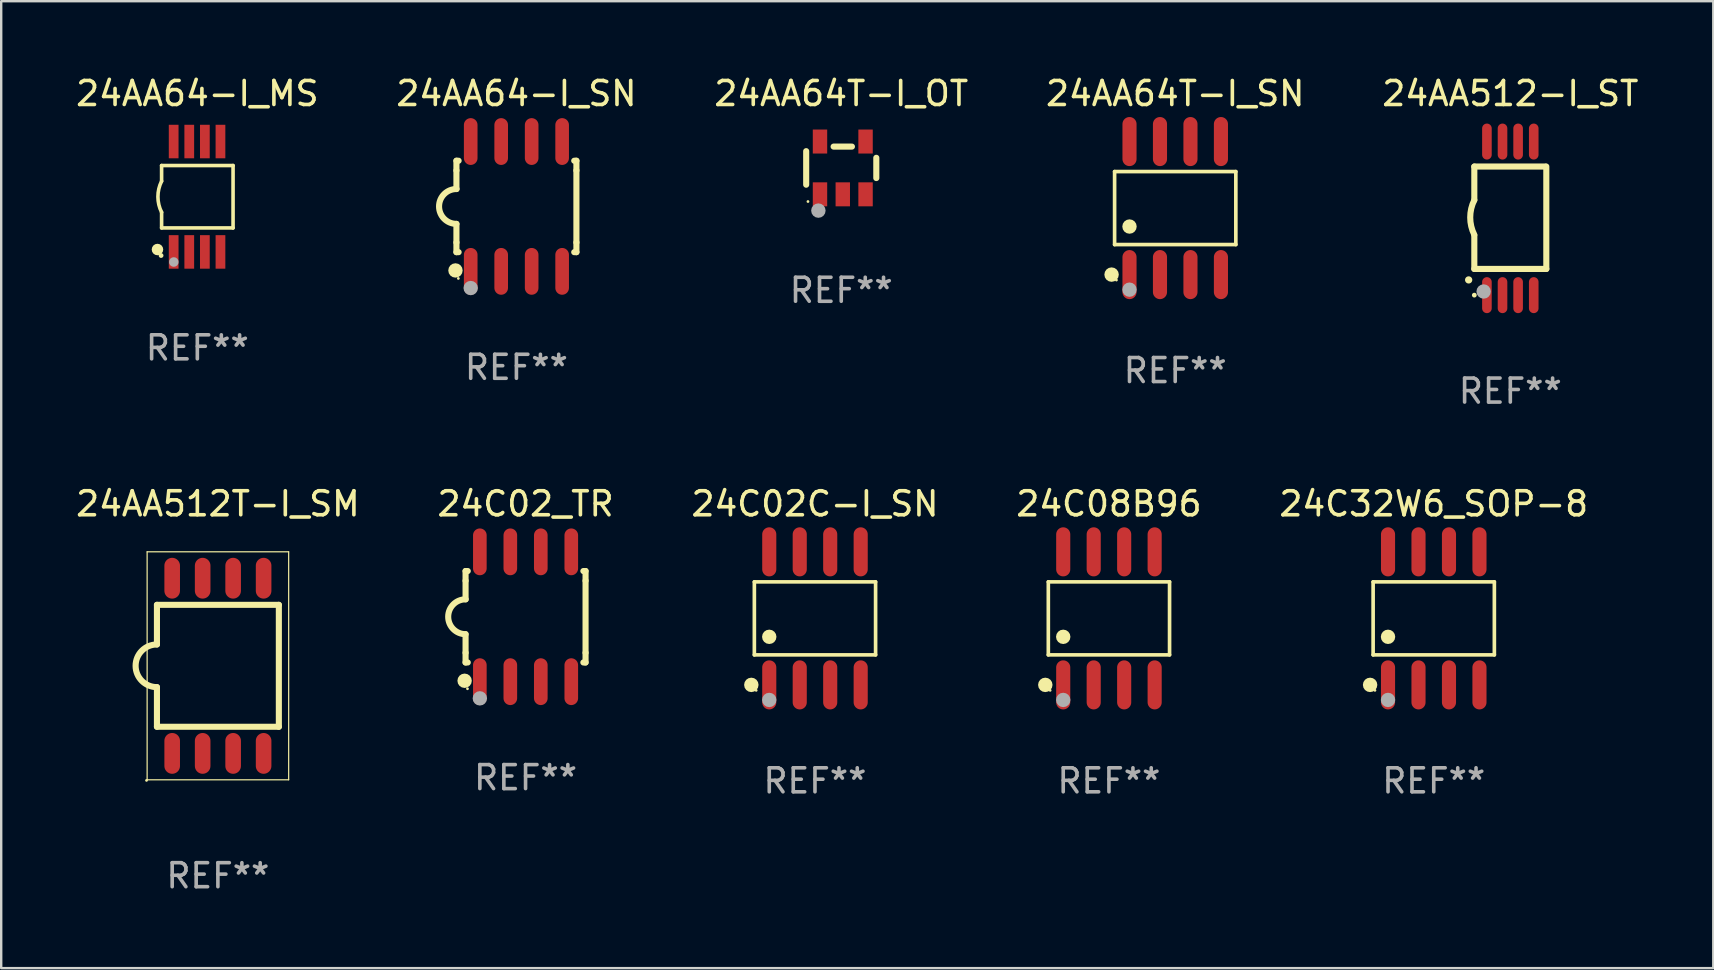
<source format=kicad_pcb>
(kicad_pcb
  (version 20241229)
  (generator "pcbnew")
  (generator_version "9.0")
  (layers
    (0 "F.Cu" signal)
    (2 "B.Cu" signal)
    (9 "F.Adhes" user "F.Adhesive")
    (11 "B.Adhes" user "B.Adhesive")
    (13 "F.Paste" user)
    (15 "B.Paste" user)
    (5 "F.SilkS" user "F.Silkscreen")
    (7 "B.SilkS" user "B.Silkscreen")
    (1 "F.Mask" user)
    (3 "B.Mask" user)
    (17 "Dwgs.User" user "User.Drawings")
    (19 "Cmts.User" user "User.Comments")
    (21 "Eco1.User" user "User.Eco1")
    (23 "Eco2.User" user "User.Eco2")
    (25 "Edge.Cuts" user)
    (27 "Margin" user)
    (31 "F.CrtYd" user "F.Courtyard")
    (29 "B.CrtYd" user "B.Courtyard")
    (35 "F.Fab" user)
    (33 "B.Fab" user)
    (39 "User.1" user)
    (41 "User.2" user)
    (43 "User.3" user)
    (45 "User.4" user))
  (footprint "24AA64T-I_SN"
    (layer "F.Cu")
    (at 45.923 5.621)
    (property "Reference" "24AA64T-I_SN" (at 0 -4.772 0) (layer "F.SilkS") (effects (font (size 1 1) (thickness 0.15))))
    (attr through_hole)
    (fp_line (start -2.526 -1.521) (end 2.526 -1.521) (stroke (width 0.152) (type solid)) (layer "F.SilkS"))
    (fp_line (start -2.526 1.521) (end -2.526 -1.521) (stroke (width 0.152) (type solid)) (layer "F.SilkS"))
    (fp_line (start 2.526 -1.521) (end 2.526 1.521) (stroke (width 0.152) (type solid)) (layer "F.SilkS"))
    (fp_line (start 2.526 1.521) (end -2.526 1.521) (stroke (width 0.152) (type solid)) (layer "F.SilkS"))
    (fp_circle (center -2.652 2.772) (end -2.501 2.772) (stroke (width 0.3) (type solid)) (fill no) (layer "F.SilkS"))
    (fp_circle (center -2.45 3) (end -2.42 3) (stroke (width 0.06) (type solid)) (fill no) (layer "F.SilkS"))
    (fp_circle (center -1.905 0.769) (end -1.755 0.769) (stroke (width 0.3) (type solid)) (fill no) (layer "F.SilkS"))
    (fp_circle (center -1.905 3.4) (end -1.755 3.4) (stroke (width 0.3) (type solid)) (fill no) (layer "F.Fab"))
    (fp_text user "REF**" (at 0 6.772 0) (layer "F.Fab") (effects (font (size 1 1) (thickness 0.15))))
    (pad "1" smd oval (at -1.905 2.772) (size 0.588 2.045) (layers "F.Cu" "F.Mask" "F.Paste"))
    (pad "2" smd oval (at -0.635 2.772) (size 0.588 2.045) (layers "F.Cu" "F.Mask" "F.Paste"))
    (pad "3" smd oval (at 0.635 2.772) (size 0.588 2.045) (layers "F.Cu" "F.Mask" "F.Paste"))
    (pad "4" smd oval (at 1.905 2.772) (size 0.588 2.045) (layers "F.Cu" "F.Mask" "F.Paste"))
    (pad "5" smd oval (at 1.905 -2.772) (size 0.588 2.045) (layers "F.Cu" "F.Mask" "F.Paste"))
    (pad "6" smd oval (at 0.635 -2.772) (size 0.588 2.045) (layers "F.Cu" "F.Mask" "F.Paste"))
    (pad "7" smd oval (at -0.635 -2.772) (size 0.588 2.045) (layers "F.Cu" "F.Mask" "F.Paste"))
    (pad "8" smd oval (at -1.905 -2.772) (size 0.588 2.045) (layers "F.Cu" "F.Mask" "F.Paste")))
  (footprint "24C32W6_SOP-8"
    (layer "F.Cu")
    (at 56.696 22.718)
    (property "Reference" "24C32W6_SOP-8" (at 0 -4.772 0) (layer "F.SilkS") (effects (font (size 1 1) (thickness 0.15))))
    (attr through_hole)
    (fp_line (start -2.526 -1.521) (end 2.526 -1.521) (stroke (width 0.152) (type solid)) (layer "F.SilkS"))
    (fp_line (start -2.526 1.521) (end -2.526 -1.521) (stroke (width 0.152) (type solid)) (layer "F.SilkS"))
    (fp_line (start 2.526 -1.521) (end 2.526 1.521) (stroke (width 0.152) (type solid)) (layer "F.SilkS"))
    (fp_line (start 2.526 1.521) (end -2.526 1.521) (stroke (width 0.152) (type solid)) (layer "F.SilkS"))
    (fp_circle (center -2.652 2.772) (end -2.501 2.772) (stroke (width 0.3) (type solid)) (fill no) (layer "F.SilkS"))
    (fp_circle (center -2.45 3) (end -2.42 3) (stroke (width 0.06) (type solid)) (fill no) (layer "F.SilkS"))
    (fp_circle (center -1.905 0.769) (end -1.755 0.769) (stroke (width 0.3) (type solid)) (fill no) (layer "F.SilkS"))
    (fp_circle (center -1.905 3.4) (end -1.755 3.4) (stroke (width 0.3) (type solid)) (fill no) (layer "F.Fab"))
    (fp_text user "REF**" (at 0 6.772 0) (layer "F.Fab") (effects (font (size 1 1) (thickness 0.15))))
    (pad "1" smd oval (at -1.905 2.772) (size 0.588 2.045) (layers "F.Cu" "F.Mask" "F.Paste"))
    (pad "2" smd oval (at -0.635 2.772) (size 0.588 2.045) (layers "F.Cu" "F.Mask" "F.Paste"))
    (pad "3" smd oval (at 0.635 2.772) (size 0.588 2.045) (layers "F.Cu" "F.Mask" "F.Paste"))
    (pad "4" smd oval (at 1.905 2.772) (size 0.588 2.045) (layers "F.Cu" "F.Mask" "F.Paste"))
    (pad "5" smd oval (at 1.905 -2.772) (size 0.588 2.045) (layers "F.Cu" "F.Mask" "F.Paste"))
    (pad "6" smd oval (at 0.635 -2.772) (size 0.588 2.045) (layers "F.Cu" "F.Mask" "F.Paste"))
    (pad "7" smd oval (at -0.635 -2.772) (size 0.588 2.045) (layers "F.Cu" "F.Mask" "F.Paste"))
    (pad "8" smd oval (at -1.905 -2.772) (size 0.588 2.045) (layers "F.Cu" "F.Mask" "F.Paste")))
  (footprint "24AA64T-I_OT"
    (layer "F.Cu")
    (at 32.006 3.948)
    (property "Reference" "24AA64T-I_OT" (at 0 -3.1 0) (layer "F.SilkS") (effects (font (size 1 1) (thickness 0.15))))
    (attr through_hole)
    (fp_line (start -1.461 -0.699) (end -1.461 0.699) (stroke (width 0.254) (type solid)) (layer "F.SilkS"))
    (fp_line (start -0.318 -0.889) (end 0.445 -0.889) (stroke (width 0.254) (type solid)) (layer "F.SilkS"))
    (fp_line (start 1.461 -0.422) (end 1.461 0.422) (stroke (width 0.254) (type solid)) (layer "F.SilkS"))
    (fp_circle (center -1.387 1.4) (end -1.357 1.4) (stroke (width 0.06) (type solid)) (fill no) (layer "F.SilkS"))
    (fp_circle (center -0.953 1.778) (end -0.802 1.778) (stroke (width 0.3) (type solid)) (fill no) (layer "F.Fab"))
    (fp_text user "REF**" (at 0 5.1 0) (layer "F.Fab") (effects (font (size 1 1) (thickness 0.15))))
    (pad "1" smd rect (at -0.886 1.1) (size 0.6 1) (layers "F.Cu" "F.Mask" "F.Paste"))
    (pad "2" smd rect (at 0.064 1.1) (size 0.6 1) (layers "F.Cu" "F.Mask" "F.Paste"))
    (pad "3" smd rect (at 1.013 1.1) (size 0.6 1) (layers "F.Cu" "F.Mask" "F.Paste"))
    (pad "4" smd rect (at 1.013 -1.1) (size 0.6 1) (layers "F.Cu" "F.Mask" "F.Paste"))
    (pad "5" smd rect (at -0.886 -1.1) (size 0.6 1) (layers "F.Cu" "F.Mask" "F.Paste")))
  (footprint "24C02C-I_SN"
    (layer "F.Cu")
    (at 30.911 22.718)
    (property "Reference" "24C02C-I_SN" (at 0 -4.772 0) (layer "F.SilkS") (effects (font (size 1 1) (thickness 0.15))))
    (attr through_hole)
    (fp_line (start -2.526 -1.521) (end 2.526 -1.521) (stroke (width 0.152) (type solid)) (layer "F.SilkS"))
    (fp_line (start -2.526 1.521) (end -2.526 -1.521) (stroke (width 0.152) (type solid)) (layer "F.SilkS"))
    (fp_line (start 2.526 -1.521) (end 2.526 1.521) (stroke (width 0.152) (type solid)) (layer "F.SilkS"))
    (fp_line (start 2.526 1.521) (end -2.526 1.521) (stroke (width 0.152) (type solid)) (layer "F.SilkS"))
    (fp_circle (center -2.652 2.772) (end -2.501 2.772) (stroke (width 0.3) (type solid)) (fill no) (layer "F.SilkS"))
    (fp_circle (center -2.45 3) (end -2.42 3) (stroke (width 0.06) (type solid)) (fill no) (layer "F.SilkS"))
    (fp_circle (center -1.905 0.769) (end -1.755 0.769) (stroke (width 0.3) (type solid)) (fill no) (layer "F.SilkS"))
    (fp_circle (center -1.905 3.4) (end -1.755 3.4) (stroke (width 0.3) (type solid)) (fill no) (layer "F.Fab"))
    (fp_text user "REF**" (at 0 6.772 0) (layer "F.Fab") (effects (font (size 1 1) (thickness 0.15))))
    (pad "1" smd oval (at -1.905 2.772) (size 0.588 2.045) (layers "F.Cu" "F.Mask" "F.Paste"))
    (pad "2" smd oval (at -0.635 2.772) (size 0.588 2.045) (layers "F.Cu" "F.Mask" "F.Paste"))
    (pad "3" smd oval (at 0.635 2.772) (size 0.588 2.045) (layers "F.Cu" "F.Mask" "F.Paste"))
    (pad "4" smd oval (at 1.905 2.772) (size 0.588 2.045) (layers "F.Cu" "F.Mask" "F.Paste"))
    (pad "5" smd oval (at 1.905 -2.772) (size 0.588 2.045) (layers "F.Cu" "F.Mask" "F.Paste"))
    (pad "6" smd oval (at 0.635 -2.772) (size 0.588 2.045) (layers "F.Cu" "F.Mask" "F.Paste"))
    (pad "7" smd oval (at -0.635 -2.772) (size 0.588 2.045) (layers "F.Cu" "F.Mask" "F.Paste"))
    (pad "8" smd oval (at -1.905 -2.772) (size 0.588 2.045) (layers "F.Cu" "F.Mask" "F.Paste")))
  (footprint "24AA512-I_ST"
    (layer "F.Cu")
    (at 59.887 6.049)
    (property "Reference" "24AA512-I_ST" (at 0 -5.2 0) (layer "F.SilkS") (effects (font (size 1 1) (thickness 0.15))))
    (attr through_hole)
    (fp_line (start -1.5 -0.762) (end -1.5 -2.159) (stroke (width 0.254) (type solid)) (layer "F.SilkS"))
    (fp_line (start -1.5 2.108) (end -1.5 0.711) (stroke (width 0.254) (type solid)) (layer "F.SilkS"))
    (fp_line (start -1.5 2.108) (end 1.5 2.108) (stroke (width 0.254) (type solid)) (layer "F.SilkS"))
    (fp_line (start 1.463 -2.159) (end -1.5 -2.159) (stroke (width 0.254) (type solid)) (layer "F.SilkS"))
    (fp_line (start 1.5 2.108) (end 1.5 -2.159) (stroke (width 0.254) (type solid)) (layer "F.SilkS"))
    (fp_arc (start -1.737287 2.565405) (mid -1.736017 2.5654) (end -1.734747 2.565405) (stroke (width 0.3) (type solid)) (layer "F.SilkS"))
    (fp_arc (start -1.500076 0.685801) (mid -1.670966 -0.0381) (end -1.500076 -0.762002) (stroke (width 0.254001) (type solid)) (layer "F.SilkS"))
    (fp_circle (center -1.5 3.2) (end -1.45 3.2) (stroke (width 0.1) (type solid)) (fill no) (layer "F.SilkS"))
    (fp_circle (center -1.112 3.048) (end -0.962 3.048) (stroke (width 0.3) (type solid)) (fill no) (layer "F.Fab"))
    (fp_text user "REF**" (at 0 7.2 0) (layer "F.Fab") (effects (font (size 1 1) (thickness 0.15))))
    (pad "1" smd oval (at -0.975 3.2 180) (size 0.4 1.5) (layers "F.Cu" "F.Mask" "F.Paste"))
    (pad "2" smd oval (at -0.325 3.2 180) (size 0.4 1.5) (layers "F.Cu" "F.Mask" "F.Paste"))
    (pad "3" smd oval (at 0.325 3.2 180) (size 0.4 1.5) (layers "F.Cu" "F.Mask" "F.Paste"))
    (pad "4" smd oval (at 0.976 3.2 180) (size 0.4 1.5) (layers "F.Cu" "F.Mask" "F.Paste"))
    (pad "5" smd oval (at 0.976 -3.2 180) (size 0.4 1.5) (layers "F.Cu" "F.Mask" "F.Paste"))
    (pad "6" smd oval (at 0.325 -3.2 180) (size 0.4 1.5) (layers "F.Cu" "F.Mask" "F.Paste"))
    (pad "7" smd oval (at -0.325 -3.2 180) (size 0.4 1.5) (layers "F.Cu" "F.Mask" "F.Paste"))
    (pad "8" smd oval (at -0.975 -3.2 180) (size 0.4 1.5) (layers "F.Cu" "F.Mask" "F.Paste")))
  (footprint "24AA64-I_MS"
    (layer "F.Cu")
    (at 5.173 5.148)
    (property "Reference" "24AA64-I_MS" (at 0 -4.3 0) (layer "F.SilkS") (effects (font (size 1 1) (thickness 0.15))))
    (attr through_hole)
    (fp_line (start -1.489 -1.3) (end -1.489 -0.648) (stroke (width 0.15) (type solid)) (layer "F.SilkS"))
    (fp_line (start -1.489 0.648) (end -1.489 1.3) (stroke (width 0.15) (type solid)) (layer "F.SilkS"))
    (fp_line (start -1.489 1.3) (end 1.489 1.3) (stroke (width 0.15) (type solid)) (layer "F.SilkS"))
    (fp_line (start 1.489 -1.3) (end -1.489 -1.3) (stroke (width 0.15) (type solid)) (layer "F.SilkS"))
    (fp_line (start 1.489 1.3) (end 1.489 -1.3) (stroke (width 0.15) (type solid)) (layer "F.SilkS"))
    (fp_arc (start -1.489205 0.647702) (mid -1.642107 0) (end -1.489205 -0.647701) (stroke (width 0.150013) (type solid)) (layer "F.SilkS"))
    (fp_circle (center -1.661 2.2) (end -1.541 2.2) (stroke (width 0.24) (type solid)) (fill no) (layer "F.SilkS"))
    (fp_circle (center -1.511 2.45) (end -1.461 2.45) (stroke (width 0.1) (type solid)) (fill no) (layer "F.SilkS"))
    (fp_circle (center -0.981 2.72) (end -0.881 2.72) (stroke (width 0.2) (type solid)) (fill no) (layer "F.Fab"))
    (fp_text user "REF**" (at 0 6.3 0) (layer "F.Fab") (effects (font (size 1 1) (thickness 0.15))))
    (pad "1" smd rect (at -0.986 2.3) (size 0.406 1.397) (layers "F.Cu" "F.Mask" "F.Paste"))
    (pad "2" smd rect (at -0.336 2.3) (size 0.406 1.397) (layers "F.Cu" "F.Mask" "F.Paste"))
    (pad "3" smd rect (at 0.314 2.3) (size 0.406 1.397) (layers "F.Cu" "F.Mask" "F.Paste"))
    (pad "4" smd rect (at 0.964 2.3) (size 0.406 1.397) (layers "F.Cu" "F.Mask" "F.Paste"))
    (pad "5" smd rect (at 0.964 -2.3) (size 0.406 1.397) (layers "F.Cu" "F.Mask" "F.Paste"))
    (pad "6" smd rect (at 0.314 -2.3) (size 0.406 1.397) (layers "F.Cu" "F.Mask" "F.Paste"))
    (pad "7" smd rect (at -0.336 -2.3) (size 0.406 1.397) (layers "F.Cu" "F.Mask" "F.Paste"))
    (pad "8" smd rect (at -0.986 -2.3) (size 0.406 1.397) (layers "F.Cu" "F.Mask" "F.Paste")))
  (footprint "24AA512T-I_SM"
    (layer "F.Cu")
    (at 6.03 24.695)
    (property "Reference" "24AA512T-I_SM" (at 0 -6.75 0) (layer "F.SilkS") (effects (font (size 1 1) (thickness 0.15))))
    (attr through_hole)
    (fp_line (start -2.949 -4.75) (end -2.949 4.75) (stroke (width 0.05) (type solid)) (layer "F.SilkS"))
    (fp_line (start -2.949 4.75) (end 2.949 4.75) (stroke (width 0.05) (type solid)) (layer "F.SilkS"))
    (fp_line (start -2.54 -2.54) (end 2.54 -2.54) (stroke (width 0.254) (type solid)) (layer "F.SilkS"))
    (fp_line (start -2.54 -0.889) (end -2.54 -2.54) (stroke (width 0.254) (type solid)) (layer "F.SilkS"))
    (fp_line (start -2.54 2.54) (end -2.54 0.889) (stroke (width 0.254) (type solid)) (layer "F.SilkS"))
    (fp_line (start 2.54 -2.54) (end 2.54 2.54) (stroke (width 0.254) (type solid)) (layer "F.SilkS"))
    (fp_line (start 2.54 2.54) (end -2.54 2.54) (stroke (width 0.254) (type solid)) (layer "F.SilkS"))
    (fp_line (start 2.949 -4.75) (end -2.949 -4.75) (stroke (width 0.05) (type solid)) (layer "F.SilkS"))
    (fp_line (start 2.949 4.75) (end 2.949 -4.75) (stroke (width 0.05) (type solid)) (layer "F.SilkS"))
    (fp_arc (start -2.540005 0.889002) (mid -3.426952 0.000025) (end -2.540005 -0.888952) (stroke (width 0.254001) (type solid)) (layer "F.SilkS"))
    (fp_circle (center -2.974 4.775) (end -2.944 4.775) (stroke (width 0.06) (type solid)) (fill no) (layer "F.SilkS"))
    (fp_text user "REF**" (at 0 8.75 0) (layer "F.Fab") (effects (font (size 1 1) (thickness 0.15))))
    (pad "1" smd oval (at -1.905 3.65 90) (size 1.7 0.65) (layers "F.Cu" "F.Mask" "F.Paste"))
    (pad "2" smd oval (at -0.635 3.65 90) (size 1.7 0.65) (layers "F.Cu" "F.Mask" "F.Paste"))
    (pad "3" smd oval (at 0.635 3.65 90) (size 1.7 0.65) (layers "F.Cu" "F.Mask" "F.Paste"))
    (pad "4" smd oval (at 1.905 3.65 90) (size 1.7 0.65) (layers "F.Cu" "F.Mask" "F.Paste"))
    (pad "5" smd oval (at 1.905 -3.65 90) (size 1.7 0.65) (layers "F.Cu" "F.Mask" "F.Paste"))
    (pad "6" smd oval (at 0.635 -3.65 90) (size 1.7 0.65) (layers "F.Cu" "F.Mask" "F.Paste"))
    (pad "7" smd oval (at -0.635 -3.65 90) (size 1.7 0.65) (layers "F.Cu" "F.Mask" "F.Paste"))
    (pad "8" smd oval (at -1.905 -3.65 90) (size 1.7 0.65) (layers "F.Cu" "F.Mask" "F.Paste")))
  (footprint "24C02_TR"
    (layer "F.Cu")
    (at 18.851 22.651)
    (property "Reference" "24C02_TR" (at 0 -4.705 0) (layer "F.SilkS") (effects (font (size 1 1) (thickness 0.15))))
    (attr through_hole)
    (fp_line (start -2.5 -1.905) (end -2.409 -1.905) (stroke (width 0.254) (type solid)) (layer "F.SilkS"))
    (fp_line (start -2.5 -1.5) (end -2.5 -1.905) (stroke (width 0.254) (type solid)) (layer "F.SilkS"))
    (fp_line (start -2.5 -1.5) (end -2.5 -0.726) (stroke (width 0.254) (type solid)) (layer "F.SilkS"))
    (fp_line (start -2.5 1.5) (end -2.5 0.727) (stroke (width 0.254) (type solid)) (layer "F.SilkS"))
    (fp_line (start -2.5 1.5) (end -2.5 1.905) (stroke (width 0.254) (type solid)) (layer "F.SilkS"))
    (fp_line (start -2.5 1.905) (end -2.409 1.905) (stroke (width 0.254) (type solid)) (layer "F.SilkS"))
    (fp_line (start 2.5 -1.905) (end 2.409 -1.905) (stroke (width 0.254) (type solid)) (layer "F.SilkS"))
    (fp_line (start 2.5 -1.5) (end 2.5 -1.905) (stroke (width 0.254) (type solid)) (layer "F.SilkS"))
    (fp_line (start 2.5 -1.5) (end 2.5 1.5) (stroke (width 0.254) (type solid)) (layer "F.SilkS"))
    (fp_line (start 2.5 1.5) (end 2.5 1.905) (stroke (width 0.254) (type solid)) (layer "F.SilkS"))
    (fp_line (start 2.5 1.905) (end 2.409 1.905) (stroke (width 0.254) (type solid)) (layer "F.SilkS"))
    (fp_arc (start -2.5 0.726568) (mid -3.220316 -0.0023) (end -2.495097 -0.726289) (stroke (width 0.254001) (type solid)) (layer "F.SilkS"))
    (fp_circle (center -2.54 2.667) (end -2.39 2.667) (stroke (width 0.3) (type solid)) (fill no) (layer "F.SilkS"))
    (fp_circle (center -2.42 3) (end -2.39 3) (stroke (width 0.06) (type solid)) (fill no) (layer "F.SilkS"))
    (fp_circle (center -1.905 3.4) (end -1.755 3.4) (stroke (width 0.3) (type solid)) (fill no) (layer "F.Fab"))
    (fp_text user "REF**" (at 0 6.705 0) (layer "F.Fab") (effects (font (size 1 1) (thickness 0.15))))
    (pad "1" smd oval (at -1.905 2.705) (size 0.568 1.95) (layers "F.Cu" "F.Mask" "F.Paste"))
    (pad "2" smd oval (at -0.635 2.705) (size 0.568 1.95) (layers "F.Cu" "F.Mask" "F.Paste"))
    (pad "3" smd oval (at 0.635 2.705) (size 0.568 1.95) (layers "F.Cu" "F.Mask" "F.Paste"))
    (pad "4" smd oval (at 1.905 2.705) (size 0.568 1.95) (layers "F.Cu" "F.Mask" "F.Paste"))
    (pad "5" smd oval (at 1.905 -2.705) (size 0.568 1.95) (layers "F.Cu" "F.Mask" "F.Paste"))
    (pad "6" smd oval (at 0.635 -2.705) (size 0.568 1.95) (layers "F.Cu" "F.Mask" "F.Paste"))
    (pad "7" smd oval (at -0.635 -2.705) (size 0.568 1.95) (layers "F.Cu" "F.Mask" "F.Paste"))
    (pad "8" smd oval (at -1.905 -2.705) (size 0.568 1.95) (layers "F.Cu" "F.Mask" "F.Paste")))
  (footprint "24AA64-I_SN"
    (layer "F.Cu")
    (at 18.47 5.553)
    (property "Reference" "24AA64-I_SN" (at 0 -4.705 0) (layer "F.SilkS") (effects (font (size 1 1) (thickness 0.15))))
    (attr through_hole)
    (fp_line (start -2.5 -1.905) (end -2.409 -1.905) (stroke (width 0.254) (type solid)) (layer "F.SilkS"))
    (fp_line (start -2.5 -1.5) (end -2.5 -1.905) (stroke (width 0.254) (type solid)) (layer "F.SilkS"))
    (fp_line (start -2.5 -1.5) (end -2.5 -0.726) (stroke (width 0.254) (type solid)) (layer "F.SilkS"))
    (fp_line (start -2.5 1.5) (end -2.5 0.727) (stroke (width 0.254) (type solid)) (layer "F.SilkS"))
    (fp_line (start -2.5 1.5) (end -2.5 1.905) (stroke (width 0.254) (type solid)) (layer "F.SilkS"))
    (fp_line (start -2.5 1.905) (end -2.409 1.905) (stroke (width 0.254) (type solid)) (layer "F.SilkS"))
    (fp_line (start 2.5 -1.905) (end 2.409 -1.905) (stroke (width 0.254) (type solid)) (layer "F.SilkS"))
    (fp_line (start 2.5 -1.5) (end 2.5 -1.905) (stroke (width 0.254) (type solid)) (layer "F.SilkS"))
    (fp_line (start 2.5 -1.5) (end 2.5 1.5) (stroke (width 0.254) (type solid)) (layer "F.SilkS"))
    (fp_line (start 2.5 1.5) (end 2.5 1.905) (stroke (width 0.254) (type solid)) (layer "F.SilkS"))
    (fp_line (start 2.5 1.905) (end 2.409 1.905) (stroke (width 0.254) (type solid)) (layer "F.SilkS"))
    (fp_arc (start -2.5 0.726568) (mid -3.220316 -0.0023) (end -2.495097 -0.726289) (stroke (width 0.254001) (type solid)) (layer "F.SilkS"))
    (fp_circle (center -2.54 2.667) (end -2.39 2.667) (stroke (width 0.3) (type solid)) (fill no) (layer "F.SilkS"))
    (fp_circle (center -2.42 3) (end -2.39 3) (stroke (width 0.06) (type solid)) (fill no) (layer "F.SilkS"))
    (fp_circle (center -1.905 3.4) (end -1.755 3.4) (stroke (width 0.3) (type solid)) (fill no) (layer "F.Fab"))
    (fp_text user "REF**" (at 0 6.705 0) (layer "F.Fab") (effects (font (size 1 1) (thickness 0.15))))
    (pad "1" smd oval (at -1.905 2.705) (size 0.568 1.95) (layers "F.Cu" "F.Mask" "F.Paste"))
    (pad "2" smd oval (at -0.635 2.705) (size 0.568 1.95) (layers "F.Cu" "F.Mask" "F.Paste"))
    (pad "3" smd oval (at 0.635 2.705) (size 0.568 1.95) (layers "F.Cu" "F.Mask" "F.Paste"))
    (pad "4" smd oval (at 1.905 2.705) (size 0.568 1.95) (layers "F.Cu" "F.Mask" "F.Paste"))
    (pad "5" smd oval (at 1.905 -2.705) (size 0.568 1.95) (layers "F.Cu" "F.Mask" "F.Paste"))
    (pad "6" smd oval (at 0.635 -2.705) (size 0.568 1.95) (layers "F.Cu" "F.Mask" "F.Paste"))
    (pad "7" smd oval (at -0.635 -2.705) (size 0.568 1.95) (layers "F.Cu" "F.Mask" "F.Paste"))
    (pad "8" smd oval (at -1.905 -2.705) (size 0.568 1.95) (layers "F.Cu" "F.Mask" "F.Paste")))
  (footprint "24C08B96"
    (layer "F.Cu")
    (at 43.161 22.718)
    (property "Reference" "24C08B96" (at 0 -4.772 0) (layer "F.SilkS") (effects (font (size 1 1) (thickness 0.15))))
    (attr through_hole)
    (fp_line (start -2.526 -1.521) (end 2.526 -1.521) (stroke (width 0.152) (type solid)) (layer "F.SilkS"))
    (fp_line (start -2.526 1.521) (end -2.526 -1.521) (stroke (width 0.152) (type solid)) (layer "F.SilkS"))
    (fp_line (start 2.526 -1.521) (end 2.526 1.521) (stroke (width 0.152) (type solid)) (layer "F.SilkS"))
    (fp_line (start 2.526 1.521) (end -2.526 1.521) (stroke (width 0.152) (type solid)) (layer "F.SilkS"))
    (fp_circle (center -2.652 2.772) (end -2.501 2.772) (stroke (width 0.3) (type solid)) (fill no) (layer "F.SilkS"))
    (fp_circle (center -2.45 3) (end -2.42 3) (stroke (width 0.06) (type solid)) (fill no) (layer "F.SilkS"))
    (fp_circle (center -1.905 0.769) (end -1.755 0.769) (stroke (width 0.3) (type solid)) (fill no) (layer "F.SilkS"))
    (fp_circle (center -1.905 3.4) (end -1.755 3.4) (stroke (width 0.3) (type solid)) (fill no) (layer "F.Fab"))
    (fp_text user "REF**" (at 0 6.772 0) (layer "F.Fab") (effects (font (size 1 1) (thickness 0.15))))
    (pad "1" smd oval (at -1.905 2.772) (size 0.588 2.045) (layers "F.Cu" "F.Mask" "F.Paste"))
    (pad "2" smd oval (at -0.635 2.772) (size 0.588 2.045) (layers "F.Cu" "F.Mask" "F.Paste"))
    (pad "3" smd oval (at 0.635 2.772) (size 0.588 2.045) (layers "F.Cu" "F.Mask" "F.Paste"))
    (pad "4" smd oval (at 1.905 2.772) (size 0.588 2.045) (layers "F.Cu" "F.Mask" "F.Paste"))
    (pad "5" smd oval (at 1.905 -2.772) (size 0.588 2.045) (layers "F.Cu" "F.Mask" "F.Paste"))
    (pad "6" smd oval (at 0.635 -2.772) (size 0.588 2.045) (layers "F.Cu" "F.Mask" "F.Paste"))
    (pad "7" smd oval (at -0.635 -2.772) (size 0.588 2.045) (layers "F.Cu" "F.Mask" "F.Paste"))
    (pad "8" smd oval (at -1.905 -2.772) (size 0.588 2.045) (layers "F.Cu" "F.Mask" "F.Paste")))
  (gr_rect
    (start -3 -3)
    (end 68.345 37.293)
    (stroke (width 0.1) (type default))
    (fill no)
    (layer "Edge.Cuts")))
</source>
